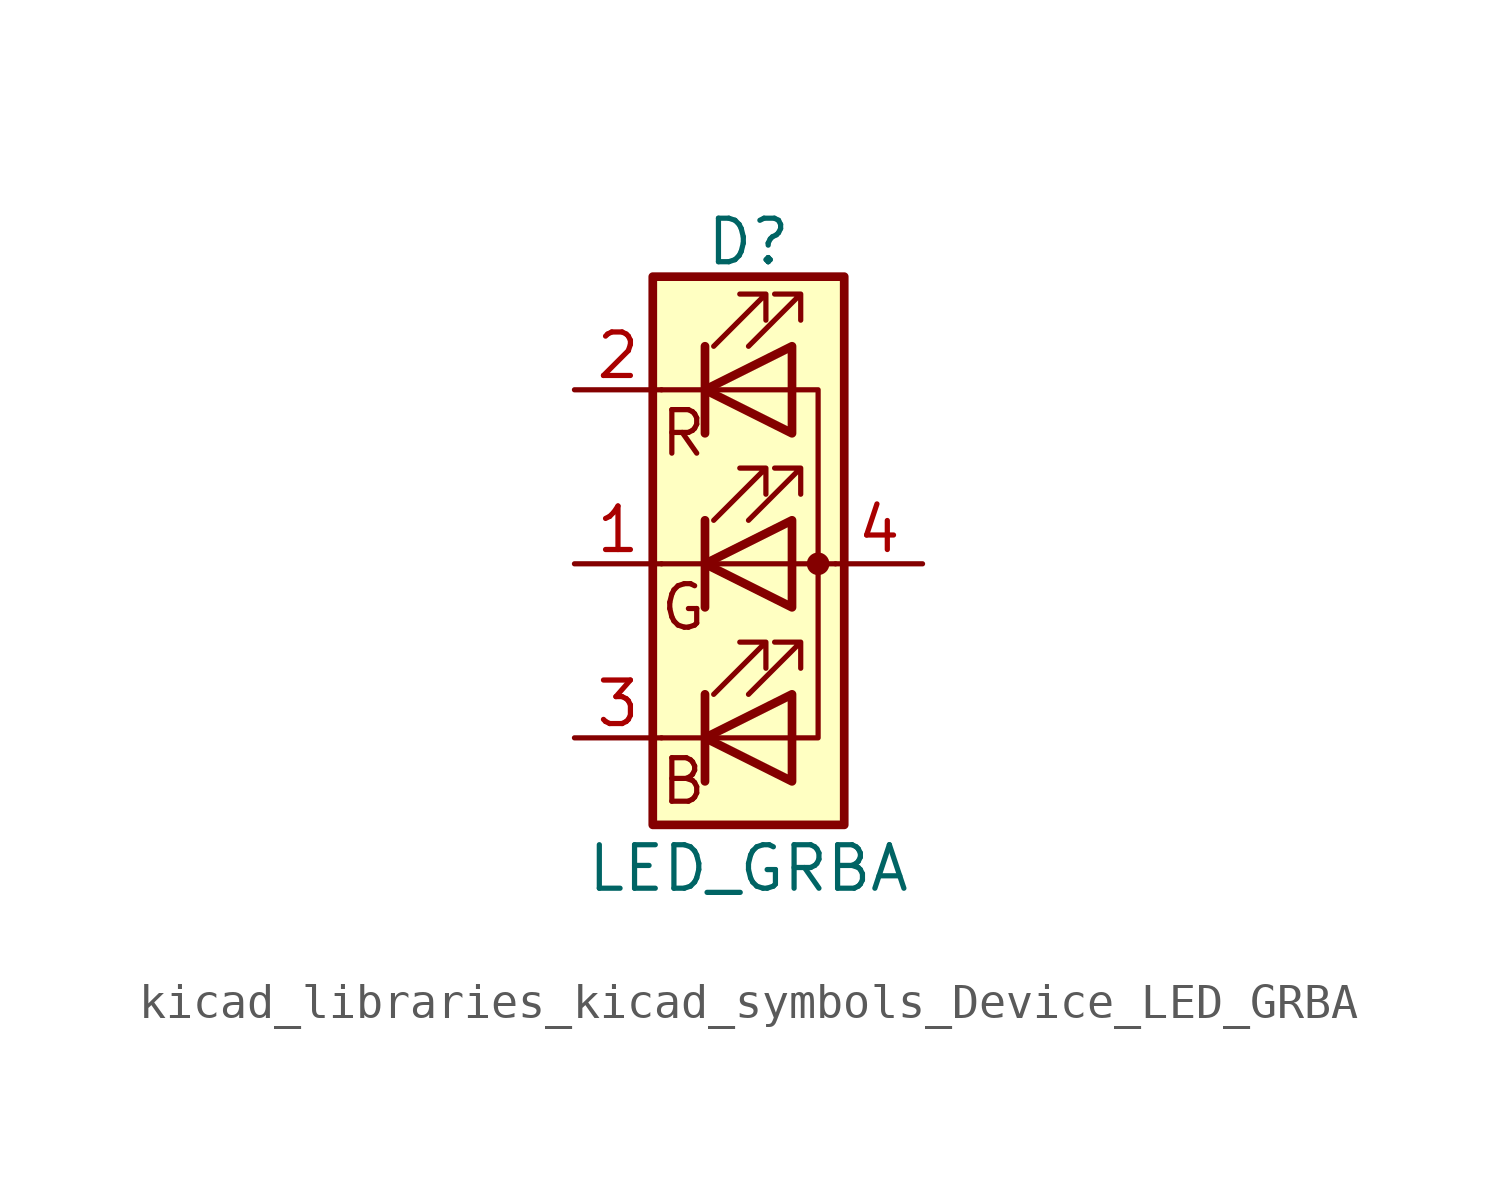
<source format=kicad_sym>
(kicad_symbol_lib
  (version 20220914)
  (generator kicad_symbol_editor)
  (symbol "kicad_libraries_kicad_symbols_Device_LED_GRBA"
    (pin_names
      (offset 0) hide)
    (property "Reference" "D"
      (at 0 9.398 0)
      (effects (font (size 1.27 1.27))))
    (property "Value" "LED_GRBA"
      (at 0 -8.89 0)
      (effects (font (size 1.27 1.27))))
    (symbol "kicad_libraries_kicad_symbols_Device_LED_GRBA_0_0"
      (text "B" (at -1.905 -6.35 0) (effects (font (size 1.27 1.27))))
      (text "G" (at -1.905 -1.27 0) (effects (font (size 1.27 1.27))))
      (text "R" (at -1.905 3.81 0) (effects (font (size 1.27 1.27)))))
    (symbol "kicad_libraries_kicad_symbols_Device_LED_GRBA_0_1"
      (polyline (pts (xy -1.27 -5.08) (xy -2.54 -5.08)) (stroke (width 0) (type default)) (fill (type none)))
      (polyline (pts (xy -1.27 -5.08) (xy 1.27 -5.08)) (stroke (width 0) (type default)) (fill (type none)))
      (polyline (pts (xy -1.27 -3.81) (xy -1.27 -6.35)) (stroke (width 0.254) (type default)) (fill (type none)))
      (polyline (pts (xy -1.27 0) (xy -2.54 0)) (stroke (width 0) (type default)) (fill (type none)))
      (polyline (pts (xy -1.27 1.27) (xy -1.27 -1.27)) (stroke (width 0.254) (type default)) (fill (type none)))
      (polyline (pts (xy -1.27 5.08) (xy -2.54 5.08)) (stroke (width 0) (type default)) (fill (type none)))
      (polyline (pts (xy -1.27 5.08) (xy 1.27 5.08)) (stroke (width 0) (type default)) (fill (type none)))
      (polyline (pts (xy -1.27 6.35) (xy -1.27 3.81)) (stroke (width 0.254) (type default)) (fill (type none)))
      (polyline (pts (xy 1.27 0) (xy -1.27 0)) (stroke (width 0) (type default)) (fill (type none)))
      (polyline (pts (xy 1.27 0) (xy 2.54 0)) (stroke (width 0) (type default)) (fill (type none)))
      (polyline (pts (xy -1.27 1.27) (xy -1.27 -1.27) (xy -1.27 -1.27)) (stroke (width 0) (type default)) (fill (type none)))
      (polyline (pts (xy -1.27 6.35) (xy -1.27 3.81) (xy -1.27 3.81)) (stroke (width 0) (type default)) (fill (type none)))
      (polyline (pts (xy 1.27 -5.08) (xy 2.032 -5.08) (xy 2.032 5.08) (xy 1.27 5.08)) (stroke (width 0) (type default)) (fill (type none)))
      (polyline (pts (xy 1.27 -3.81) (xy 1.27 -6.35) (xy -1.27 -5.08) (xy 1.27 -3.81)) (stroke (width 0.254) (type default)) (fill (type none)))
      (polyline (pts (xy 1.27 1.27) (xy 1.27 -1.27) (xy -1.27 0) (xy 1.27 1.27)) (stroke (width 0.254) (type default)) (fill (type none)))
      (polyline (pts (xy 1.27 6.35) (xy 1.27 3.81) (xy -1.27 5.08) (xy 1.27 6.35)) (stroke (width 0.254) (type default)) (fill (type none)))
      (polyline (pts (xy -1.016 -3.81) (xy 0.508 -2.286) (xy -0.254 -2.286) (xy 0.508 -2.286) (xy 0.508 -3.048)) (stroke (width 0) (type default)) (fill (type none)))
      (polyline (pts (xy -1.016 1.27) (xy 0.508 2.794) (xy -0.254 2.794) (xy 0.508 2.794) (xy 0.508 2.032)) (stroke (width 0) (type default)) (fill (type none)))
      (polyline (pts (xy -1.016 6.35) (xy 0.508 7.874) (xy -0.254 7.874) (xy 0.508 7.874) (xy 0.508 7.112)) (stroke (width 0) (type default)) (fill (type none)))
      (polyline (pts (xy 0 -3.81) (xy 1.524 -2.286) (xy 0.762 -2.286) (xy 1.524 -2.286) (xy 1.524 -3.048)) (stroke (width 0) (type default)) (fill (type none)))
      (polyline (pts (xy 0 1.27) (xy 1.524 2.794) (xy 0.762 2.794) (xy 1.524 2.794) (xy 1.524 2.032)) (stroke (width 0) (type default)) (fill (type none)))
      (polyline (pts (xy 0 6.35) (xy 1.524 7.874) (xy 0.762 7.874) (xy 1.524 7.874) (xy 1.524 7.112)) (stroke (width 0) (type default)) (fill (type none)))
      (rectangle (start 1.27 -1.27) (end 1.27 1.27) (stroke (width 0) (type default)) (fill (type none)))
      (rectangle (start 1.27 1.27) (end 1.27 1.27) (stroke (width 0) (type default)) (fill (type none)))
      (rectangle (start 1.27 3.81) (end 1.27 6.35) (stroke (width 0) (type default)) (fill (type none)))
      (rectangle (start 1.27 6.35) (end 1.27 6.35) (stroke (width 0) (type default)) (fill (type none)))
      (circle (center 2.032 0) (radius 0.254) (stroke (width 0) (type default)) (fill (type outline)))
      (rectangle (start 2.794 8.382) (end -2.794 -7.62) (stroke (width 0.254) (type default)) (fill (type background))))
    (symbol "kicad_libraries_kicad_symbols_Device_LED_GRBA_1_1"
      (pin passive line (at -5.08 0 0) (length 2.54) (name "GK" (effects (font (size 1.27 1.27)))) (number "1" (effects (font (size 1.27 1.27)))))
      (pin passive line (at -5.08 5.08 0) (length 2.54) (name "RK" (effects (font (size 1.27 1.27)))) (number "2" (effects (font (size 1.27 1.27)))))
      (pin passive line (at -5.08 -5.08 0) (length 2.54) (name "BK" (effects (font (size 1.27 1.27)))) (number "3" (effects (font (size 1.27 1.27)))))
      (pin passive line (at 5.08 0 180) (length 2.54) (name "A" (effects (font (size 1.27 1.27)))) (number "4" (effects (font (size 1.27 1.27))))))))
</source>
